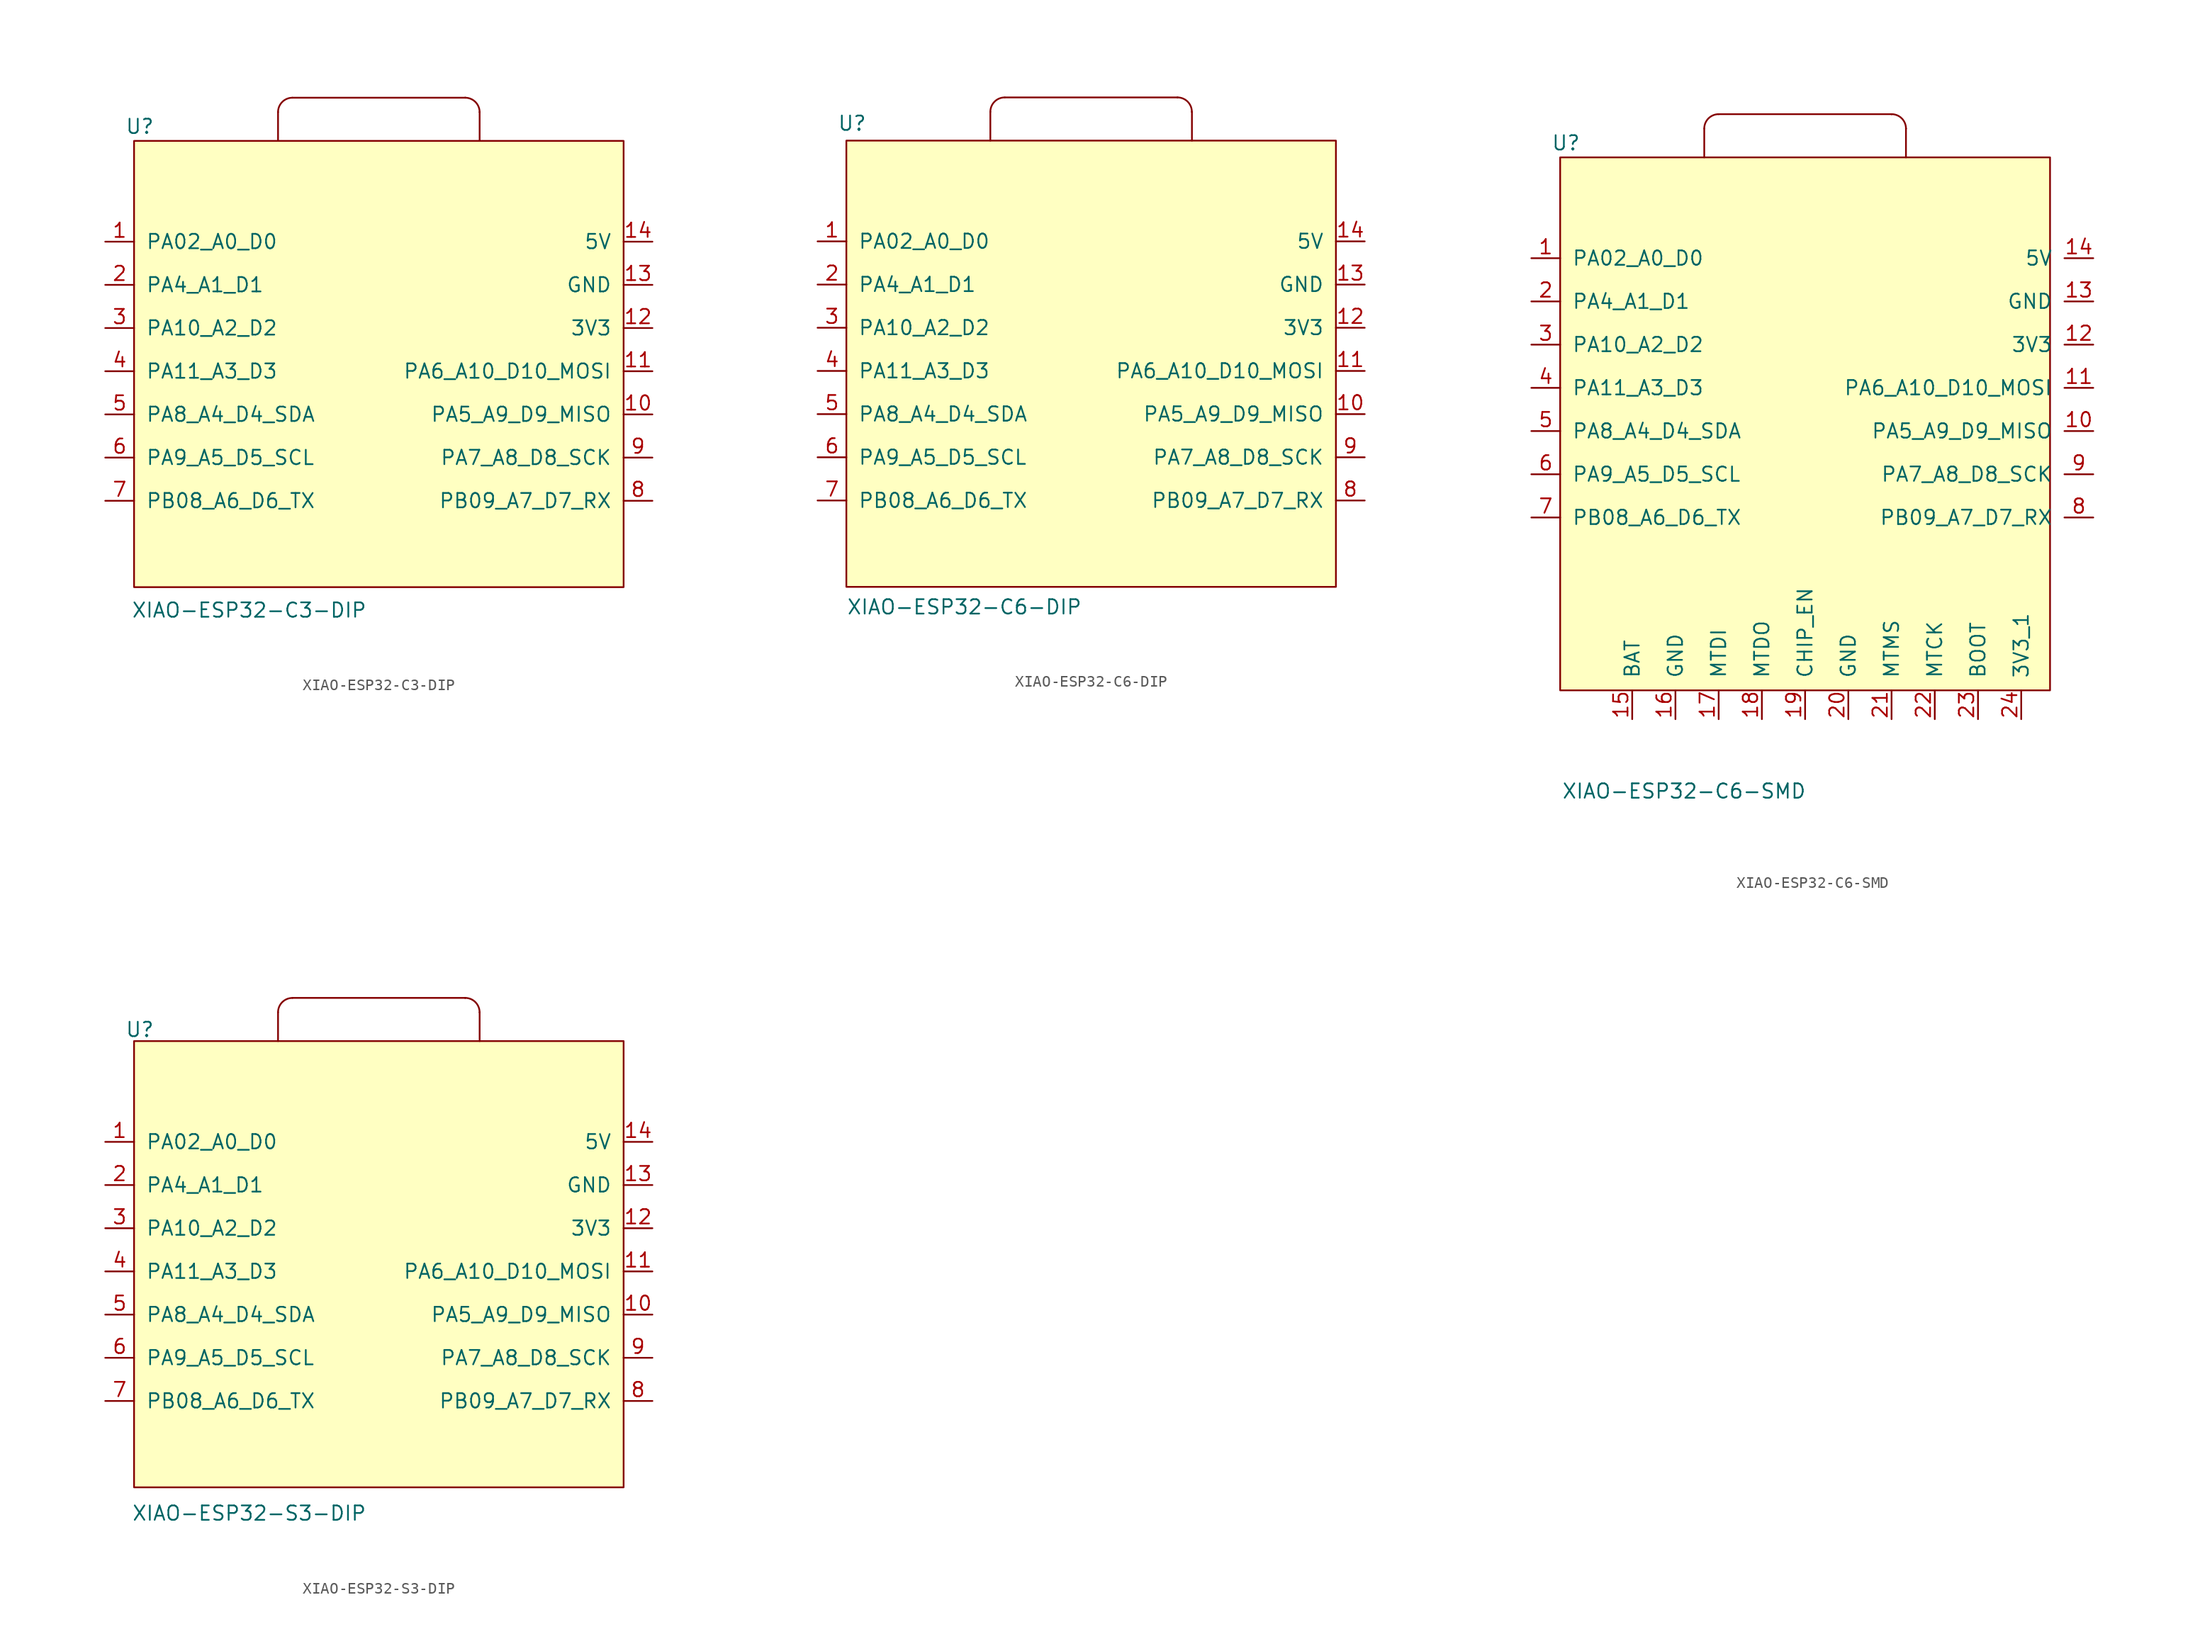
<source format=kicad_sym>
(kicad_symbol_lib
  (version 20231120)
  (generator "kicad_symbol_editor")
  (generator_version "8.0")
  (symbol "XIAO-ESP32-C3-DIP"
    (pin_names
      (offset 1.016))
    (property "Reference" "U"
      (at -21.082 21.59 0)
      (effects (font (size 1.27 1.27))))
    (property "Value" "XIAO-ESP32-C3-DIP"
      (at -11.43 -21.082 0)
      (effects (font (size 1.27 1.27))))
    (symbol "XIAO-ESP32-C3-DIP_1_1"
      (rectangle (start -21.59 20.32) (end 21.59 -19.05) (stroke (width 0) (type default)) (fill (type background)))
      (arc (start -7.62 24.13) (mid -8.518 23.758) (end -8.89 22.86) (stroke (width 0) (type default)) (fill (type none)))
      (polyline (pts (xy -8.89 22.86) (xy -8.89 20.32)) (stroke (width 0) (type default)) (fill (type none)))
      (polyline (pts (xy -7.62 24.13) (xy 7.62 24.13)) (stroke (width 0) (type default)) (fill (type none)))
      (polyline (pts (xy 8.89 22.86) (xy 8.89 20.32)) (stroke (width 0) (type default)) (fill (type none)))
      (arc (start 7.62 24.13) (mid 7.62 24.13) (end 7.62 24.13) (stroke (width 0) (type default)) (fill (type none)))
      (arc (start 8.89 22.86) (mid 8.518 23.758) (end 7.62 24.13) (stroke (width 0) (type default)) (fill (type none)))
      (arc (start 8.89 22.86) (mid 8.89 22.86) (end 8.89 22.86) (stroke (width 0) (type default)) (fill (type none)))
      (pin passive line (at -24.13 11.43 0) (length 2.54) (name "PA02_A0_D0" (effects (font (size 1.27 1.27)))) (number "1" (effects (font (size 1.27 1.27)))))
      (pin passive line (at 24.13 -3.81 180) (length 2.54) (name "PA5_A9_D9_MISO" (effects (font (size 1.27 1.27)))) (number "10" (effects (font (size 1.27 1.27)))))
      (pin passive line (at 24.13 0 180) (length 2.54) (name "PA6_A10_D10_MOSI" (effects (font (size 1.27 1.27)))) (number "11" (effects (font (size 1.27 1.27)))))
      (pin passive line (at 24.13 3.81 180) (length 2.54) (name "3V3" (effects (font (size 1.27 1.27)))) (number "12" (effects (font (size 1.27 1.27)))))
      (pin passive line (at 24.13 7.62 180) (length 2.54) (name "GND" (effects (font (size 1.27 1.27)))) (number "13" (effects (font (size 1.27 1.27)))))
      (pin passive line (at 24.13 11.43 180) (length 2.54) (name "5V" (effects (font (size 1.27 1.27)))) (number "14" (effects (font (size 1.27 1.27)))))
      (pin passive line (at -24.13 7.62 0) (length 2.54) (name "PA4_A1_D1" (effects (font (size 1.27 1.27)))) (number "2" (effects (font (size 1.27 1.27)))))
      (pin passive line (at -24.13 3.81 0) (length 2.54) (name "PA10_A2_D2" (effects (font (size 1.27 1.27)))) (number "3" (effects (font (size 1.27 1.27)))))
      (pin passive line (at -24.13 0 0) (length 2.54) (name "PA11_A3_D3" (effects (font (size 1.27 1.27)))) (number "4" (effects (font (size 1.27 1.27)))))
      (pin passive line (at -24.13 -3.81 0) (length 2.54) (name "PA8_A4_D4_SDA" (effects (font (size 1.27 1.27)))) (number "5" (effects (font (size 1.27 1.27)))))
      (pin passive line (at -24.13 -7.62 0) (length 2.54) (name "PA9_A5_D5_SCL" (effects (font (size 1.27 1.27)))) (number "6" (effects (font (size 1.27 1.27)))))
      (pin passive line (at -24.13 -11.43 0) (length 2.54) (name "PB08_A6_D6_TX" (effects (font (size 1.27 1.27)))) (number "7" (effects (font (size 1.27 1.27)))))
      (pin passive line (at 24.13 -11.43 180) (length 2.54) (name "PB09_A7_D7_RX" (effects (font (size 1.27 1.27)))) (number "8" (effects (font (size 1.27 1.27)))))
      (pin passive line (at 24.13 -7.62 180) (length 2.54) (name "PA7_A8_D8_SCK" (effects (font (size 1.27 1.27)))) (number "9" (effects (font (size 1.27 1.27)))))))
  (symbol "XIAO-ESP32-C6-DIP"
    (pin_names
      (offset 1.016))
    (property "Reference" "U"
      (at -21.082 21.844 0)
      (effects (font (size 1.27 1.27))))
    (property "Value" "XIAO-ESP32-C6-DIP"
      (at -11.176 -20.828 0)
      (effects (font (size 1.27 1.27))))
    (symbol "XIAO-ESP32-C6-DIP_1_1"
      (rectangle (start -21.59 20.32) (end 21.59 -19.05) (stroke (width 0) (type default)) (fill (type background)))
      (arc (start -7.62 24.13) (mid -8.518 23.758) (end -8.89 22.86) (stroke (width 0) (type default)) (fill (type none)))
      (polyline (pts (xy -8.89 22.86) (xy -8.89 20.32)) (stroke (width 0) (type default)) (fill (type none)))
      (polyline (pts (xy -7.62 24.13) (xy 7.62 24.13)) (stroke (width 0) (type default)) (fill (type none)))
      (polyline (pts (xy 8.89 22.86) (xy 8.89 20.32)) (stroke (width 0) (type default)) (fill (type none)))
      (arc (start 7.62 24.13) (mid 7.62 24.13) (end 7.62 24.13) (stroke (width 0) (type default)) (fill (type none)))
      (arc (start 8.89 22.86) (mid 8.518 23.758) (end 7.62 24.13) (stroke (width 0) (type default)) (fill (type none)))
      (arc (start 8.89 22.86) (mid 8.89 22.86) (end 8.89 22.86) (stroke (width 0) (type default)) (fill (type none)))
      (pin passive line (at -24.13 11.43 0) (length 2.54) (name "PA02_A0_D0" (effects (font (size 1.27 1.27)))) (number "1" (effects (font (size 1.27 1.27)))))
      (pin passive line (at 24.13 -3.81 180) (length 2.54) (name "PA5_A9_D9_MISO" (effects (font (size 1.27 1.27)))) (number "10" (effects (font (size 1.27 1.27)))))
      (pin passive line (at 24.13 0 180) (length 2.54) (name "PA6_A10_D10_MOSI" (effects (font (size 1.27 1.27)))) (number "11" (effects (font (size 1.27 1.27)))))
      (pin passive line (at 24.13 3.81 180) (length 2.54) (name "3V3" (effects (font (size 1.27 1.27)))) (number "12" (effects (font (size 1.27 1.27)))))
      (pin passive line (at 24.13 7.62 180) (length 2.54) (name "GND" (effects (font (size 1.27 1.27)))) (number "13" (effects (font (size 1.27 1.27)))))
      (pin passive line (at 24.13 11.43 180) (length 2.54) (name "5V" (effects (font (size 1.27 1.27)))) (number "14" (effects (font (size 1.27 1.27)))))
      (pin passive line (at -24.13 7.62 0) (length 2.54) (name "PA4_A1_D1" (effects (font (size 1.27 1.27)))) (number "2" (effects (font (size 1.27 1.27)))))
      (pin passive line (at -24.13 3.81 0) (length 2.54) (name "PA10_A2_D2" (effects (font (size 1.27 1.27)))) (number "3" (effects (font (size 1.27 1.27)))))
      (pin passive line (at -24.13 0 0) (length 2.54) (name "PA11_A3_D3" (effects (font (size 1.27 1.27)))) (number "4" (effects (font (size 1.27 1.27)))))
      (pin passive line (at -24.13 -3.81 0) (length 2.54) (name "PA8_A4_D4_SDA" (effects (font (size 1.27 1.27)))) (number "5" (effects (font (size 1.27 1.27)))))
      (pin passive line (at -24.13 -7.62 0) (length 2.54) (name "PA9_A5_D5_SCL" (effects (font (size 1.27 1.27)))) (number "6" (effects (font (size 1.27 1.27)))))
      (pin passive line (at -24.13 -11.43 0) (length 2.54) (name "PB08_A6_D6_TX" (effects (font (size 1.27 1.27)))) (number "7" (effects (font (size 1.27 1.27)))))
      (pin passive line (at 24.13 -11.43 180) (length 2.54) (name "PB09_A7_D7_RX" (effects (font (size 1.27 1.27)))) (number "8" (effects (font (size 1.27 1.27)))))
      (pin passive line (at 24.13 -7.62 180) (length 2.54) (name "PA7_A8_D8_SCK" (effects (font (size 1.27 1.27)))) (number "9" (effects (font (size 1.27 1.27)))))))
  (symbol "XIAO-ESP32-C6-SMD"
    (pin_names
      (offset 1.016))
    (property "Reference" "U"
      (at -21.082 20.32 0)
      (effects (font (size 1.27 1.27))))
    (property "Value" "XIAO-ESP32-C6-SMD"
      (at -10.668 -36.83 0)
      (effects (font (size 1.27 1.27))))
    (symbol "XIAO-ESP32-C6-SMD_1_1"
      (rectangle (start -21.59 19.05) (end 21.59 -27.94) (stroke (width 0) (type default)) (fill (type background)))
      (arc (start -7.62 22.86) (mid -8.518 22.488) (end -8.89 21.59) (stroke (width 0) (type default)) (fill (type none)))
      (polyline (pts (xy -8.89 21.59) (xy -8.89 19.05)) (stroke (width 0) (type default)) (fill (type none)))
      (polyline (pts (xy -7.62 22.86) (xy 7.62 22.86)) (stroke (width 0) (type default)) (fill (type none)))
      (polyline (pts (xy 8.89 21.59) (xy 8.89 19.05)) (stroke (width 0) (type default)) (fill (type none)))
      (arc (start 7.62 22.86) (mid 7.62 22.86) (end 7.62 22.86) (stroke (width 0) (type default)) (fill (type none)))
      (arc (start 8.89 21.59) (mid 8.518 22.488) (end 7.62 22.86) (stroke (width 0) (type default)) (fill (type none)))
      (arc (start 8.89 21.59) (mid 8.89 21.59) (end 8.89 21.59) (stroke (width 0) (type default)) (fill (type none)))
      (pin passive line (at -24.13 10.16 0) (length 2.54) (name "PA02_A0_D0" (effects (font (size 1.27 1.27)))) (number "1" (effects (font (size 1.27 1.27)))))
      (pin passive line (at 25.4 -5.08 180) (length 2.54) (name "PA5_A9_D9_MISO" (effects (font (size 1.27 1.27)))) (number "10" (effects (font (size 1.27 1.27)))))
      (pin passive line (at 25.4 -1.27 180) (length 2.54) (name "PA6_A10_D10_MOSI" (effects (font (size 1.27 1.27)))) (number "11" (effects (font (size 1.27 1.27)))))
      (pin passive line (at 25.4 2.54 180) (length 2.54) (name "3V3" (effects (font (size 1.27 1.27)))) (number "12" (effects (font (size 1.27 1.27)))))
      (pin passive line (at 25.4 6.35 180) (length 2.54) (name "GND" (effects (font (size 1.27 1.27)))) (number "13" (effects (font (size 1.27 1.27)))))
      (pin passive line (at 25.4 10.16 180) (length 2.54) (name "5V" (effects (font (size 1.27 1.27)))) (number "14" (effects (font (size 1.27 1.27)))))
      (pin passive line (at -15.24 -30.48 90) (length 2.54) (name "BAT" (effects (font (size 1.27 1.27)))) (number "15" (effects (font (size 1.27 1.27)))))
      (pin passive line (at -11.43 -30.48 90) (length 2.54) (name "GND" (effects (font (size 1.27 1.27)))) (number "16" (effects (font (size 1.27 1.27)))))
      (pin passive line (at -7.62 -30.48 90) (length 2.54) (name "MTDI" (effects (font (size 1.27 1.27)))) (number "17" (effects (font (size 1.27 1.27)))))
      (pin passive line (at -3.81 -30.48 90) (length 2.54) (name "MTDO" (effects (font (size 1.27 1.27)))) (number "18" (effects (font (size 1.27 1.27)))))
      (pin passive line (at 0 -30.48 90) (length 2.54) (name "CHIP_EN" (effects (font (size 1.27 1.27)))) (number "19" (effects (font (size 1.27 1.27)))))
      (pin passive line (at -24.13 6.35 0) (length 2.54) (name "PA4_A1_D1" (effects (font (size 1.27 1.27)))) (number "2" (effects (font (size 1.27 1.27)))))
      (pin passive line (at 3.81 -30.48 90) (length 2.54) (name "GND" (effects (font (size 1.27 1.27)))) (number "20" (effects (font (size 1.27 1.27)))))
      (pin passive line (at 7.62 -30.48 90) (length 2.54) (name "MTMS" (effects (font (size 1.27 1.27)))) (number "21" (effects (font (size 1.27 1.27)))))
      (pin passive line (at 11.43 -30.48 90) (length 2.54) (name "MTCK" (effects (font (size 1.27 1.27)))) (number "22" (effects (font (size 1.27 1.27)))))
      (pin passive line (at 15.24 -30.48 90) (length 2.54) (name "BOOT" (effects (font (size 1.27 1.27)))) (number "23" (effects (font (size 1.27 1.27)))))
      (pin passive line (at 19.05 -30.48 90) (length 2.54) (name "3V3_1" (effects (font (size 1.27 1.27)))) (number "24" (effects (font (size 1.27 1.27)))))
      (pin passive line (at -24.13 2.54 0) (length 2.54) (name "PA10_A2_D2" (effects (font (size 1.27 1.27)))) (number "3" (effects (font (size 1.27 1.27)))))
      (pin passive line (at -24.13 -1.27 0) (length 2.54) (name "PA11_A3_D3" (effects (font (size 1.27 1.27)))) (number "4" (effects (font (size 1.27 1.27)))))
      (pin passive line (at -24.13 -5.08 0) (length 2.54) (name "PA8_A4_D4_SDA" (effects (font (size 1.27 1.27)))) (number "5" (effects (font (size 1.27 1.27)))))
      (pin passive line (at -24.13 -8.89 0) (length 2.54) (name "PA9_A5_D5_SCL" (effects (font (size 1.27 1.27)))) (number "6" (effects (font (size 1.27 1.27)))))
      (pin passive line (at -24.13 -12.7 0) (length 2.54) (name "PB08_A6_D6_TX" (effects (font (size 1.27 1.27)))) (number "7" (effects (font (size 1.27 1.27)))))
      (pin passive line (at 25.4 -12.7 180) (length 2.54) (name "PB09_A7_D7_RX" (effects (font (size 1.27 1.27)))) (number "8" (effects (font (size 1.27 1.27)))))
      (pin passive line (at 25.4 -8.89 180) (length 2.54) (name "PA7_A8_D8_SCK" (effects (font (size 1.27 1.27)))) (number "9" (effects (font (size 1.27 1.27)))))))
  (symbol "XIAO-ESP32-S3-DIP"
    (pin_names
      (offset 1.016))
    (property "Reference" "U"
      (at -21.082 21.336 0)
      (effects (font (size 1.27 1.27))))
    (property "Value" "XIAO-ESP32-S3-DIP"
      (at -11.43 -21.336 0)
      (effects (font (size 1.27 1.27))))
    (symbol "XIAO-ESP32-S3-DIP_1_1"
      (rectangle (start -21.59 20.32) (end 21.59 -19.05) (stroke (width 0) (type default)) (fill (type background)))
      (arc (start -7.62 24.13) (mid -8.518 23.758) (end -8.89 22.86) (stroke (width 0) (type default)) (fill (type none)))
      (polyline (pts (xy -8.89 22.86) (xy -8.89 20.32)) (stroke (width 0) (type default)) (fill (type none)))
      (polyline (pts (xy -7.62 24.13) (xy 7.62 24.13)) (stroke (width 0) (type default)) (fill (type none)))
      (polyline (pts (xy 8.89 22.86) (xy 8.89 20.32)) (stroke (width 0) (type default)) (fill (type none)))
      (arc (start 7.62 24.13) (mid 7.62 24.13) (end 7.62 24.13) (stroke (width 0) (type default)) (fill (type none)))
      (arc (start 8.89 22.86) (mid 8.518 23.758) (end 7.62 24.13) (stroke (width 0) (type default)) (fill (type none)))
      (arc (start 8.89 22.86) (mid 8.89 22.86) (end 8.89 22.86) (stroke (width 0) (type default)) (fill (type none)))
      (pin passive line (at -24.13 11.43 0) (length 2.54) (name "PA02_A0_D0" (effects (font (size 1.27 1.27)))) (number "1" (effects (font (size 1.27 1.27)))))
      (pin passive line (at 24.13 -3.81 180) (length 2.54) (name "PA5_A9_D9_MISO" (effects (font (size 1.27 1.27)))) (number "10" (effects (font (size 1.27 1.27)))))
      (pin passive line (at 24.13 0 180) (length 2.54) (name "PA6_A10_D10_MOSI" (effects (font (size 1.27 1.27)))) (number "11" (effects (font (size 1.27 1.27)))))
      (pin passive line (at 24.13 3.81 180) (length 2.54) (name "3V3" (effects (font (size 1.27 1.27)))) (number "12" (effects (font (size 1.27 1.27)))))
      (pin passive line (at 24.13 7.62 180) (length 2.54) (name "GND" (effects (font (size 1.27 1.27)))) (number "13" (effects (font (size 1.27 1.27)))))
      (pin passive line (at 24.13 11.43 180) (length 2.54) (name "5V" (effects (font (size 1.27 1.27)))) (number "14" (effects (font (size 1.27 1.27)))))
      (pin passive line (at -24.13 7.62 0) (length 2.54) (name "PA4_A1_D1" (effects (font (size 1.27 1.27)))) (number "2" (effects (font (size 1.27 1.27)))))
      (pin passive line (at -24.13 3.81 0) (length 2.54) (name "PA10_A2_D2" (effects (font (size 1.27 1.27)))) (number "3" (effects (font (size 1.27 1.27)))))
      (pin passive line (at -24.13 0 0) (length 2.54) (name "PA11_A3_D3" (effects (font (size 1.27 1.27)))) (number "4" (effects (font (size 1.27 1.27)))))
      (pin passive line (at -24.13 -3.81 0) (length 2.54) (name "PA8_A4_D4_SDA" (effects (font (size 1.27 1.27)))) (number "5" (effects (font (size 1.27 1.27)))))
      (pin passive line (at -24.13 -7.62 0) (length 2.54) (name "PA9_A5_D5_SCL" (effects (font (size 1.27 1.27)))) (number "6" (effects (font (size 1.27 1.27)))))
      (pin passive line (at -24.13 -11.43 0) (length 2.54) (name "PB08_A6_D6_TX" (effects (font (size 1.27 1.27)))) (number "7" (effects (font (size 1.27 1.27)))))
      (pin passive line (at 24.13 -11.43 180) (length 2.54) (name "PB09_A7_D7_RX" (effects (font (size 1.27 1.27)))) (number "8" (effects (font (size 1.27 1.27)))))
      (pin passive line (at 24.13 -7.62 180) (length 2.54) (name "PA7_A8_D8_SCK" (effects (font (size 1.27 1.27)))) (number "9" (effects (font (size 1.27 1.27))))))))
</source>
